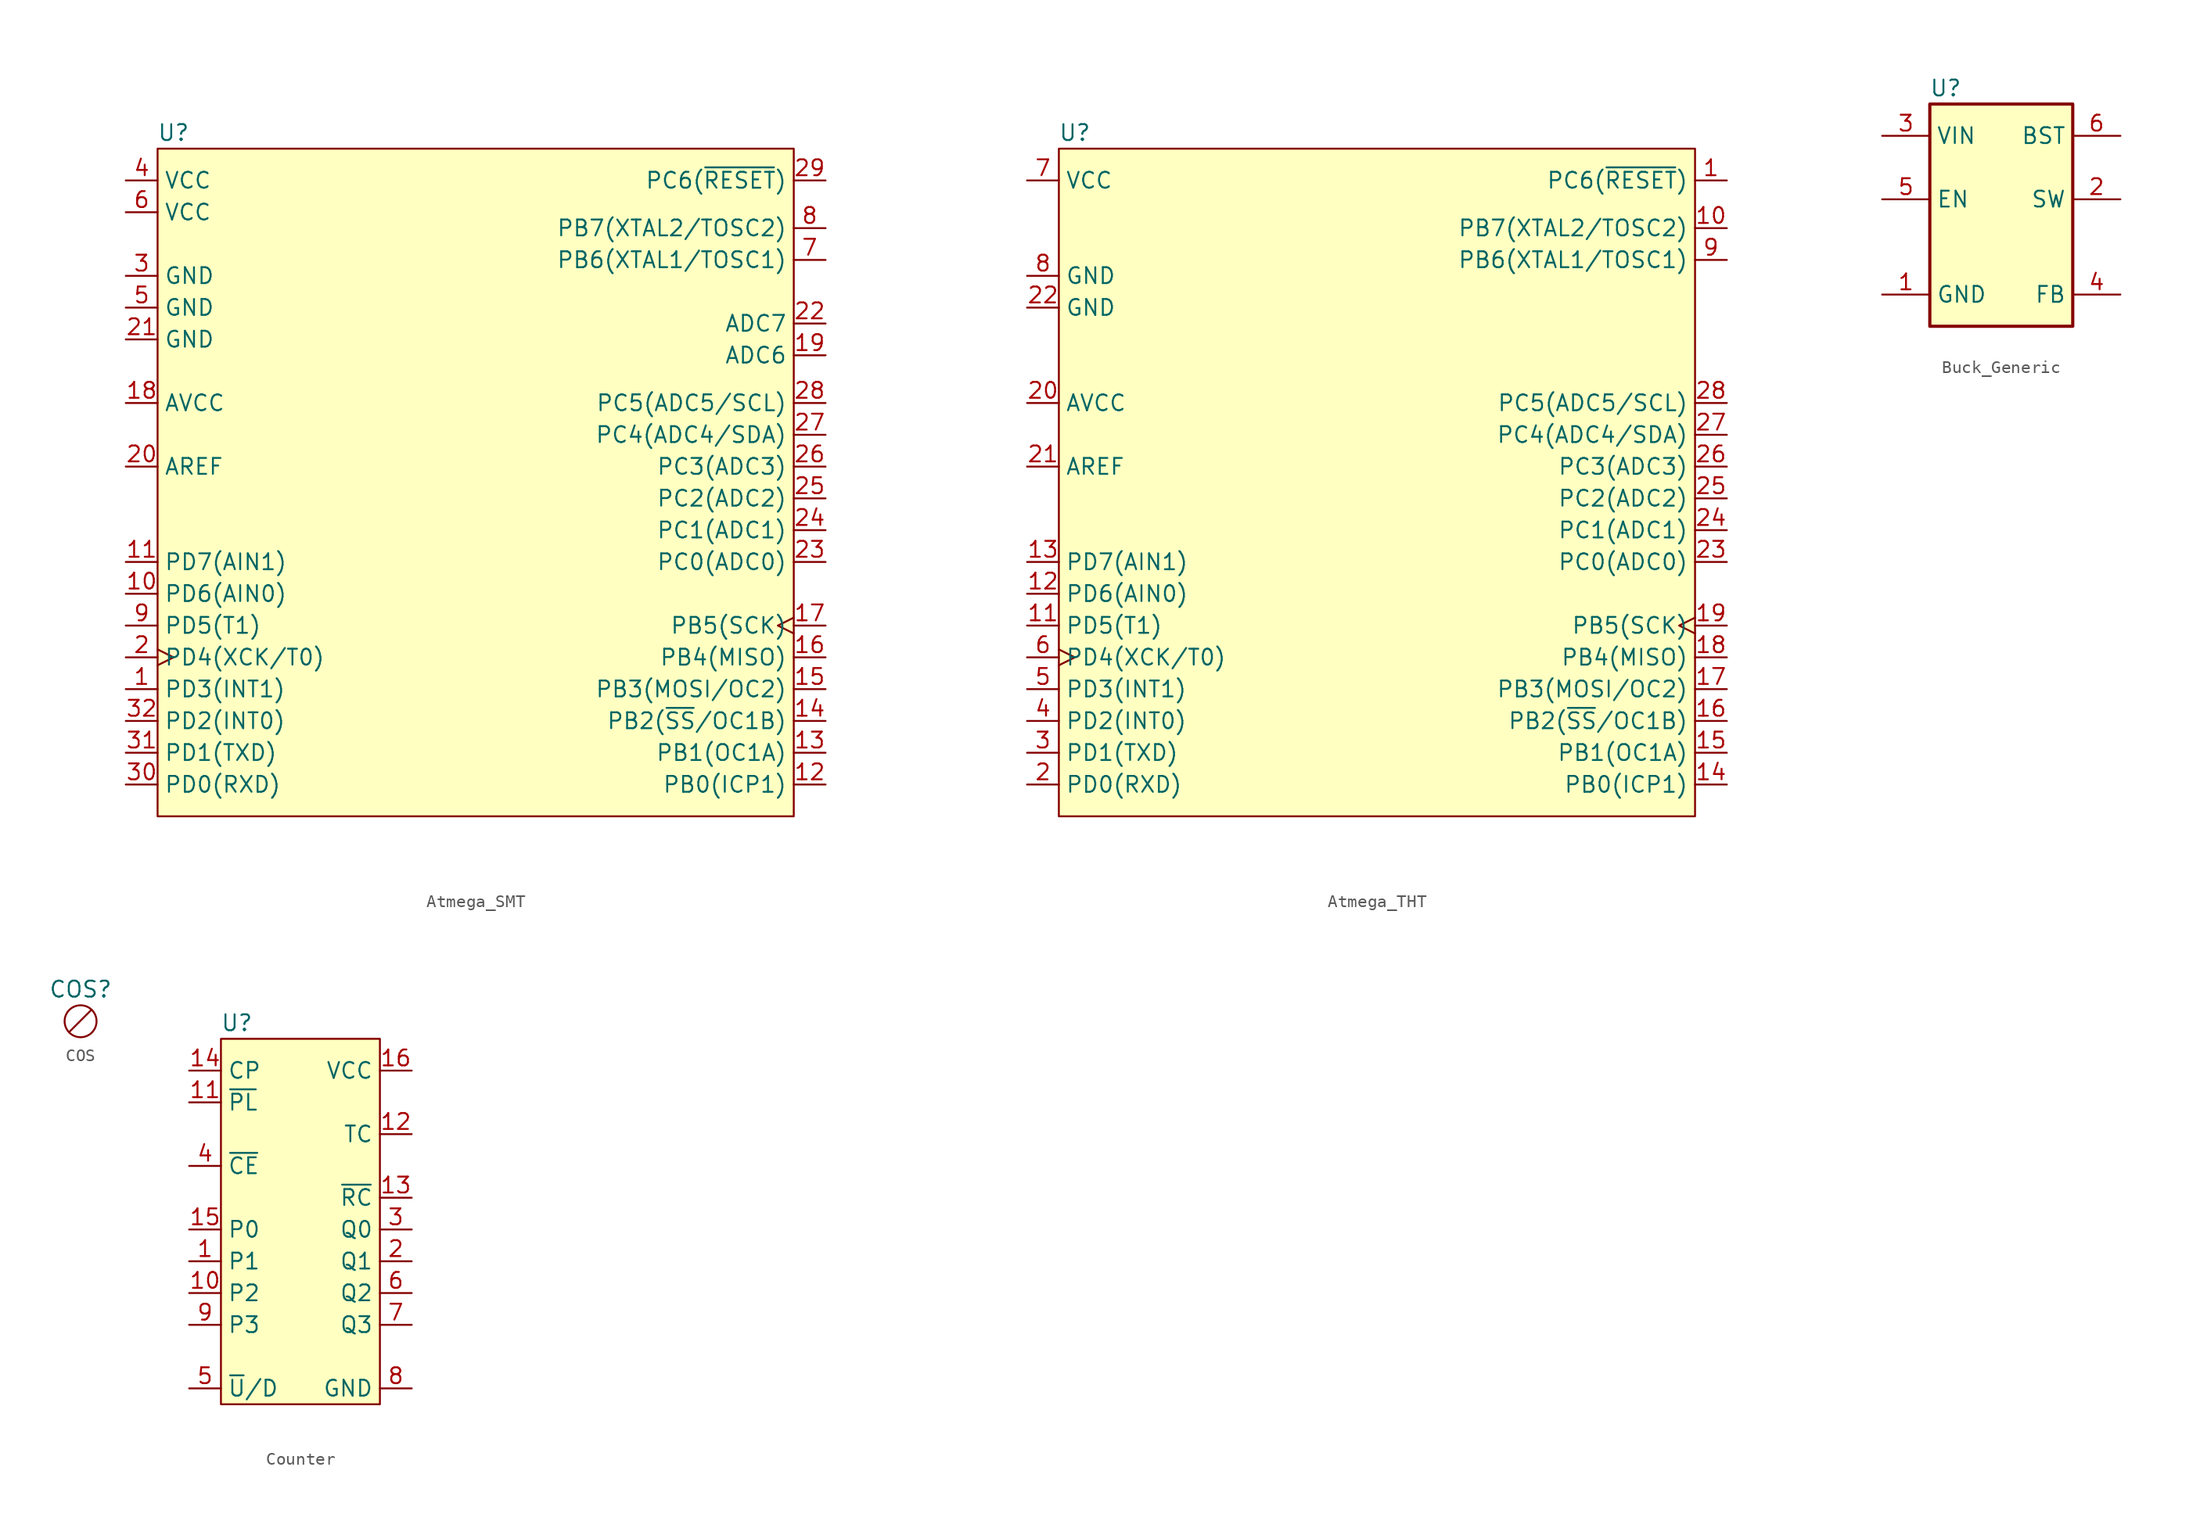
<source format=kicad_sym>
(kicad_symbol_lib
  (version 20220914)
  (generator kicad_symbol_editor)
  (symbol "Atmega_SMT"
    (property "Reference" "U"
      (at 1.27 54.61 0)
      (effects (font (size 1.27 1.27))))
    (property "Value" ""
      (at 0 0 0)
      (effects (font (size 1.27 1.27))))
    (symbol "Atmega_SMT_0_1"
      (rectangle (start 0 53.34) (end 50.8 0) (stroke (width 0) (type default)) (fill (type background))))
    (symbol "Atmega_SMT_1_1"
      (pin input line (at -2.54 10.16 0) (length 2.54) (name "PD3(INT1)" (effects (font (size 1.27 1.27)))) (number "1" (effects (font (size 1.27 1.27)))))
      (pin input line (at -2.54 17.78 0) (length 2.54) (name "PD6(AIN0)" (effects (font (size 1.27 1.27)))) (number "10" (effects (font (size 1.27 1.27)))))
      (pin input line (at -2.54 20.32 0) (length 2.54) (name "PD7(AIN1)" (effects (font (size 1.27 1.27)))) (number "11" (effects (font (size 1.27 1.27)))))
      (pin input line (at 53.34 2.54 180) (length 2.54) (name "PB0(ICP1)" (effects (font (size 1.27 1.27)))) (number "12" (effects (font (size 1.27 1.27)))))
      (pin input line (at 53.34 5.08 180) (length 2.54) (name "PB1(OC1A)" (effects (font (size 1.27 1.27)))) (number "13" (effects (font (size 1.27 1.27)))))
      (pin input line (at 53.34 7.62 180) (length 2.54) (name "PB2(~{SS}/OC1B)" (effects (font (size 1.27 1.27)))) (number "14" (effects (font (size 1.27 1.27)))))
      (pin input line (at 53.34 10.16 180) (length 2.54) (name "PB3(MOSI/OC2)" (effects (font (size 1.27 1.27)))) (number "15" (effects (font (size 1.27 1.27)))))
      (pin input line (at 53.34 12.7 180) (length 2.54) (name "PB4(MISO)" (effects (font (size 1.27 1.27)))) (number "16" (effects (font (size 1.27 1.27)))))
      (pin input clock (at 53.34 15.24 180) (length 2.54) (name "PB5(SCK)" (effects (font (size 1.27 1.27)))) (number "17" (effects (font (size 1.27 1.27)))))
      (pin input line (at -2.54 33.02 0) (length 2.54) (name "AVCC" (effects (font (size 1.27 1.27)))) (number "18" (effects (font (size 1.27 1.27)))))
      (pin input line (at 53.34 36.83 180) (length 2.54) (name "ADC6" (effects (font (size 1.27 1.27)))) (number "19" (effects (font (size 1.27 1.27)))))
      (pin input clock (at -2.54 12.7 0) (length 2.54) (name "PD4(XCK/T0)" (effects (font (size 1.27 1.27)))) (number "2" (effects (font (size 1.27 1.27)))))
      (pin input line (at -2.54 27.94 0) (length 2.54) (name "AREF" (effects (font (size 1.27 1.27)))) (number "20" (effects (font (size 1.27 1.27)))))
      (pin input line (at -2.54 38.1 0) (length 2.54) (name "GND" (effects (font (size 1.27 1.27)))) (number "21" (effects (font (size 1.27 1.27)))))
      (pin input line (at 53.34 39.37 180) (length 2.54) (name "ADC7" (effects (font (size 1.27 1.27)))) (number "22" (effects (font (size 1.27 1.27)))))
      (pin input line (at 53.34 20.32 180) (length 2.54) (name "PC0(ADC0)" (effects (font (size 1.27 1.27)))) (number "23" (effects (font (size 1.27 1.27)))))
      (pin input line (at 53.34 22.86 180) (length 2.54) (name "PC1(ADC1)" (effects (font (size 1.27 1.27)))) (number "24" (effects (font (size 1.27 1.27)))))
      (pin input line (at 53.34 25.4 180) (length 2.54) (name "PC2(ADC2)" (effects (font (size 1.27 1.27)))) (number "25" (effects (font (size 1.27 1.27)))))
      (pin input line (at 53.34 27.94 180) (length 2.54) (name "PC3(ADC3)" (effects (font (size 1.27 1.27)))) (number "26" (effects (font (size 1.27 1.27)))))
      (pin input line (at 53.34 30.48 180) (length 2.54) (name "PC4(ADC4/SDA)" (effects (font (size 1.27 1.27)))) (number "27" (effects (font (size 1.27 1.27)))))
      (pin input line (at 53.34 33.02 180) (length 2.54) (name "PC5(ADC5/SCL)" (effects (font (size 1.27 1.27)))) (number "28" (effects (font (size 1.27 1.27)))))
      (pin input line (at 53.34 50.8 180) (length 2.54) (name "PC6(~{RESET})" (effects (font (size 1.27 1.27)))) (number "29" (effects (font (size 1.27 1.27)))))
      (pin input line (at -2.54 43.18 0) (length 2.54) (name "GND" (effects (font (size 1.27 1.27)))) (number "3" (effects (font (size 1.27 1.27)))))
      (pin input line (at -2.54 2.54 0) (length 2.54) (name "PD0(RXD)" (effects (font (size 1.27 1.27)))) (number "30" (effects (font (size 1.27 1.27)))))
      (pin input line (at -2.54 5.08 0) (length 2.54) (name "PD1(TXD)" (effects (font (size 1.27 1.27)))) (number "31" (effects (font (size 1.27 1.27)))))
      (pin input line (at -2.54 7.62 0) (length 2.54) (name "PD2(INT0)" (effects (font (size 1.27 1.27)))) (number "32" (effects (font (size 1.27 1.27)))))
      (pin input line (at -2.54 50.8 0) (length 2.54) (name "VCC" (effects (font (size 1.27 1.27)))) (number "4" (effects (font (size 1.27 1.27)))))
      (pin input line (at -2.54 40.64 0) (length 2.54) (name "GND" (effects (font (size 1.27 1.27)))) (number "5" (effects (font (size 1.27 1.27)))))
      (pin input line (at -2.54 48.26 0) (length 2.54) (name "VCC" (effects (font (size 1.27 1.27)))) (number "6" (effects (font (size 1.27 1.27)))))
      (pin input line (at 53.34 44.45 180) (length 2.54) (name "PB6(XTAL1/TOSC1)" (effects (font (size 1.27 1.27)))) (number "7" (effects (font (size 1.27 1.27)))))
      (pin input line (at 53.34 46.99 180) (length 2.54) (name "PB7(XTAL2/TOSC2)" (effects (font (size 1.27 1.27)))) (number "8" (effects (font (size 1.27 1.27)))))
      (pin input line (at -2.54 15.24 0) (length 2.54) (name "PD5(T1)" (effects (font (size 1.27 1.27)))) (number "9" (effects (font (size 1.27 1.27)))))))
  (symbol "Atmega_THT"
    (property "Reference" "U"
      (at 1.27 54.61 0)
      (effects (font (size 1.27 1.27))))
    (property "Value" ""
      (at 0 0 0)
      (effects (font (size 1.27 1.27))))
    (symbol "Atmega_THT_0_1"
      (rectangle (start 0 53.34) (end 50.8 0) (stroke (width 0) (type default)) (fill (type background))))
    (symbol "Atmega_THT_1_1"
      (pin input line (at 53.34 50.8 180) (length 2.54) (name "PC6(~{RESET})" (effects (font (size 1.27 1.27)))) (number "1" (effects (font (size 1.27 1.27)))))
      (pin input line (at 53.34 46.99 180) (length 2.54) (name "PB7(XTAL2/TOSC2)" (effects (font (size 1.27 1.27)))) (number "10" (effects (font (size 1.27 1.27)))))
      (pin input line (at -2.54 15.24 0) (length 2.54) (name "PD5(T1)" (effects (font (size 1.27 1.27)))) (number "11" (effects (font (size 1.27 1.27)))))
      (pin input line (at -2.54 17.78 0) (length 2.54) (name "PD6(AIN0)" (effects (font (size 1.27 1.27)))) (number "12" (effects (font (size 1.27 1.27)))))
      (pin input line (at -2.54 20.32 0) (length 2.54) (name "PD7(AIN1)" (effects (font (size 1.27 1.27)))) (number "13" (effects (font (size 1.27 1.27)))))
      (pin input line (at 53.34 2.54 180) (length 2.54) (name "PB0(ICP1)" (effects (font (size 1.27 1.27)))) (number "14" (effects (font (size 1.27 1.27)))))
      (pin input line (at 53.34 5.08 180) (length 2.54) (name "PB1(OC1A)" (effects (font (size 1.27 1.27)))) (number "15" (effects (font (size 1.27 1.27)))))
      (pin input line (at 53.34 7.62 180) (length 2.54) (name "PB2(~{SS}/OC1B)" (effects (font (size 1.27 1.27)))) (number "16" (effects (font (size 1.27 1.27)))))
      (pin input line (at 53.34 10.16 180) (length 2.54) (name "PB3(MOSI/OC2)" (effects (font (size 1.27 1.27)))) (number "17" (effects (font (size 1.27 1.27)))))
      (pin input line (at 53.34 12.7 180) (length 2.54) (name "PB4(MISO)" (effects (font (size 1.27 1.27)))) (number "18" (effects (font (size 1.27 1.27)))))
      (pin input clock (at 53.34 15.24 180) (length 2.54) (name "PB5(SCK)" (effects (font (size 1.27 1.27)))) (number "19" (effects (font (size 1.27 1.27)))))
      (pin input line (at -2.54 2.54 0) (length 2.54) (name "PD0(RXD)" (effects (font (size 1.27 1.27)))) (number "2" (effects (font (size 1.27 1.27)))))
      (pin input line (at -2.54 33.02 0) (length 2.54) (name "AVCC" (effects (font (size 1.27 1.27)))) (number "20" (effects (font (size 1.27 1.27)))))
      (pin input line (at -2.54 27.94 0) (length 2.54) (name "AREF" (effects (font (size 1.27 1.27)))) (number "21" (effects (font (size 1.27 1.27)))))
      (pin input line (at -2.54 40.64 0) (length 2.54) (name "GND" (effects (font (size 1.27 1.27)))) (number "22" (effects (font (size 1.27 1.27)))))
      (pin input line (at 53.34 20.32 180) (length 2.54) (name "PC0(ADC0)" (effects (font (size 1.27 1.27)))) (number "23" (effects (font (size 1.27 1.27)))))
      (pin input line (at 53.34 22.86 180) (length 2.54) (name "PC1(ADC1)" (effects (font (size 1.27 1.27)))) (number "24" (effects (font (size 1.27 1.27)))))
      (pin input line (at 53.34 25.4 180) (length 2.54) (name "PC2(ADC2)" (effects (font (size 1.27 1.27)))) (number "25" (effects (font (size 1.27 1.27)))))
      (pin input line (at 53.34 27.94 180) (length 2.54) (name "PC3(ADC3)" (effects (font (size 1.27 1.27)))) (number "26" (effects (font (size 1.27 1.27)))))
      (pin input line (at 53.34 30.48 180) (length 2.54) (name "PC4(ADC4/SDA)" (effects (font (size 1.27 1.27)))) (number "27" (effects (font (size 1.27 1.27)))))
      (pin input line (at 53.34 33.02 180) (length 2.54) (name "PC5(ADC5/SCL)" (effects (font (size 1.27 1.27)))) (number "28" (effects (font (size 1.27 1.27)))))
      (pin input line (at -2.54 5.08 0) (length 2.54) (name "PD1(TXD)" (effects (font (size 1.27 1.27)))) (number "3" (effects (font (size 1.27 1.27)))))
      (pin input line (at -2.54 7.62 0) (length 2.54) (name "PD2(INT0)" (effects (font (size 1.27 1.27)))) (number "4" (effects (font (size 1.27 1.27)))))
      (pin input line (at -2.54 10.16 0) (length 2.54) (name "PD3(INT1)" (effects (font (size 1.27 1.27)))) (number "5" (effects (font (size 1.27 1.27)))))
      (pin input clock (at -2.54 12.7 0) (length 2.54) (name "PD4(XCK/T0)" (effects (font (size 1.27 1.27)))) (number "6" (effects (font (size 1.27 1.27)))))
      (pin input line (at -2.54 50.8 0) (length 2.54) (name "VCC" (effects (font (size 1.27 1.27)))) (number "7" (effects (font (size 1.27 1.27)))))
      (pin input line (at -2.54 43.18 0) (length 2.54) (name "GND" (effects (font (size 1.27 1.27)))) (number "8" (effects (font (size 1.27 1.27)))))
      (pin input line (at 53.34 44.45 180) (length 2.54) (name "PB6(XTAL1/TOSC1)" (effects (font (size 1.27 1.27)))) (number "9" (effects (font (size 1.27 1.27)))))))
  (symbol "Buck_Generic"
    (property "Reference" "U"
      (at 1.27 19.05 0)
      (effects (font (size 1.27 1.27))))
    (property "Value" ""
      (at 0 0 0)
      (effects (font (size 1.27 1.27))))
    (symbol "Buck_Generic_1_1"
      (rectangle (start 0 17.78) (end 11.43 0) (stroke (width 0.254) (type default)) (fill (type background)))
      (pin passive line (at -3.81 2.54 0) (length 3.81) (name "GND" (effects (font (size 1.27 1.27)))) (number "1" (effects (font (size 1.27 1.27)))))
      (pin passive line (at 15.24 10.16 180) (length 3.81) (name "SW" (effects (font (size 1.27 1.27)))) (number "2" (effects (font (size 1.27 1.27)))))
      (pin passive line (at -3.81 15.24 0) (length 3.81) (name "VIN" (effects (font (size 1.27 1.27)))) (number "3" (effects (font (size 1.27 1.27)))))
      (pin passive line (at 15.24 2.54 180) (length 3.81) (name "FB" (effects (font (size 1.27 1.27)))) (number "4" (effects (font (size 1.27 1.27)))))
      (pin passive line (at -3.81 10.16 0) (length 3.81) (name "EN" (effects (font (size 1.27 1.27)))) (number "5" (effects (font (size 1.27 1.27)))))
      (pin passive line (at 15.24 15.24 180) (length 3.81) (name "BST" (effects (font (size 1.27 1.27)))) (number "6" (effects (font (size 1.27 1.27)))))))
  (symbol "COS"
    (property "Reference" "COS"
      (at 0 2.54 0)
      (effects (font (size 1.27 1.27))))
    (property "Value" ""
      (at 0 0 0)
      (effects (font (size 1.27 1.27))))
    (symbol "COS_0_1"
      (polyline (pts (xy -0.914 -0.864) (xy 0.864 0.914) (xy 0.864 0.914)) (stroke (width 0) (type default)) (fill (type none)))
      (circle (center 0 0) (radius 1.27) (stroke (width 0) (type default)) (fill (type none)))))
  (symbol "Counter"
    (property "Reference" "U"
      (at 1.27 30.48 0)
      (effects (font (size 1.27 1.27))))
    (property "Value" ""
      (at 0 0 0)
      (effects (font (size 1.27 1.27))))
    (symbol "Counter_1_1"
      (rectangle (start 0 29.21) (end 12.7 0) (stroke (width 0) (type default)) (fill (type background)))
      (pin input line (at -2.54 11.43 0) (length 2.54) (name "P1" (effects (font (size 1.27 1.27)))) (number "1" (effects (font (size 1.27 1.27)))))
      (pin input line (at -2.54 8.89 0) (length 2.54) (name "P2" (effects (font (size 1.27 1.27)))) (number "10" (effects (font (size 1.27 1.27)))))
      (pin input line (at -2.54 24.13 0) (length 2.54) (name "~{PL}" (effects (font (size 1.27 1.27)))) (number "11" (effects (font (size 1.27 1.27)))))
      (pin input line (at 15.24 21.59 180) (length 2.54) (name "TC" (effects (font (size 1.27 1.27)))) (number "12" (effects (font (size 1.27 1.27)))))
      (pin input line (at 15.24 16.51 180) (length 2.54) (name "~{RC}" (effects (font (size 1.27 1.27)))) (number "13" (effects (font (size 1.27 1.27)))))
      (pin input line (at -2.54 26.67 0) (length 2.54) (name "CP" (effects (font (size 1.27 1.27)))) (number "14" (effects (font (size 1.27 1.27)))))
      (pin input line (at -2.54 13.97 0) (length 2.54) (name "P0" (effects (font (size 1.27 1.27)))) (number "15" (effects (font (size 1.27 1.27)))))
      (pin input line (at 15.24 26.67 180) (length 2.54) (name "VCC" (effects (font (size 1.27 1.27)))) (number "16" (effects (font (size 1.27 1.27)))))
      (pin input line (at 15.24 11.43 180) (length 2.54) (name "Q1" (effects (font (size 1.27 1.27)))) (number "2" (effects (font (size 1.27 1.27)))))
      (pin input line (at 15.24 13.97 180) (length 2.54) (name "Q0" (effects (font (size 1.27 1.27)))) (number "3" (effects (font (size 1.27 1.27)))))
      (pin input line (at -2.54 19.05 0) (length 2.54) (name "~{CE}" (effects (font (size 1.27 1.27)))) (number "4" (effects (font (size 1.27 1.27)))))
      (pin input line (at -2.54 1.27 0) (length 2.54) (name "~{U}/D" (effects (font (size 1.27 1.27)))) (number "5" (effects (font (size 1.27 1.27)))))
      (pin input line (at 15.24 8.89 180) (length 2.54) (name "Q2" (effects (font (size 1.27 1.27)))) (number "6" (effects (font (size 1.27 1.27)))))
      (pin input line (at 15.24 6.35 180) (length 2.54) (name "Q3" (effects (font (size 1.27 1.27)))) (number "7" (effects (font (size 1.27 1.27)))))
      (pin input line (at 15.24 1.27 180) (length 2.54) (name "GND" (effects (font (size 1.27 1.27)))) (number "8" (effects (font (size 1.27 1.27)))))
      (pin input line (at -2.54 6.35 0) (length 2.54) (name "P3" (effects (font (size 1.27 1.27)))) (number "9" (effects (font (size 1.27 1.27))))))))
</source>
